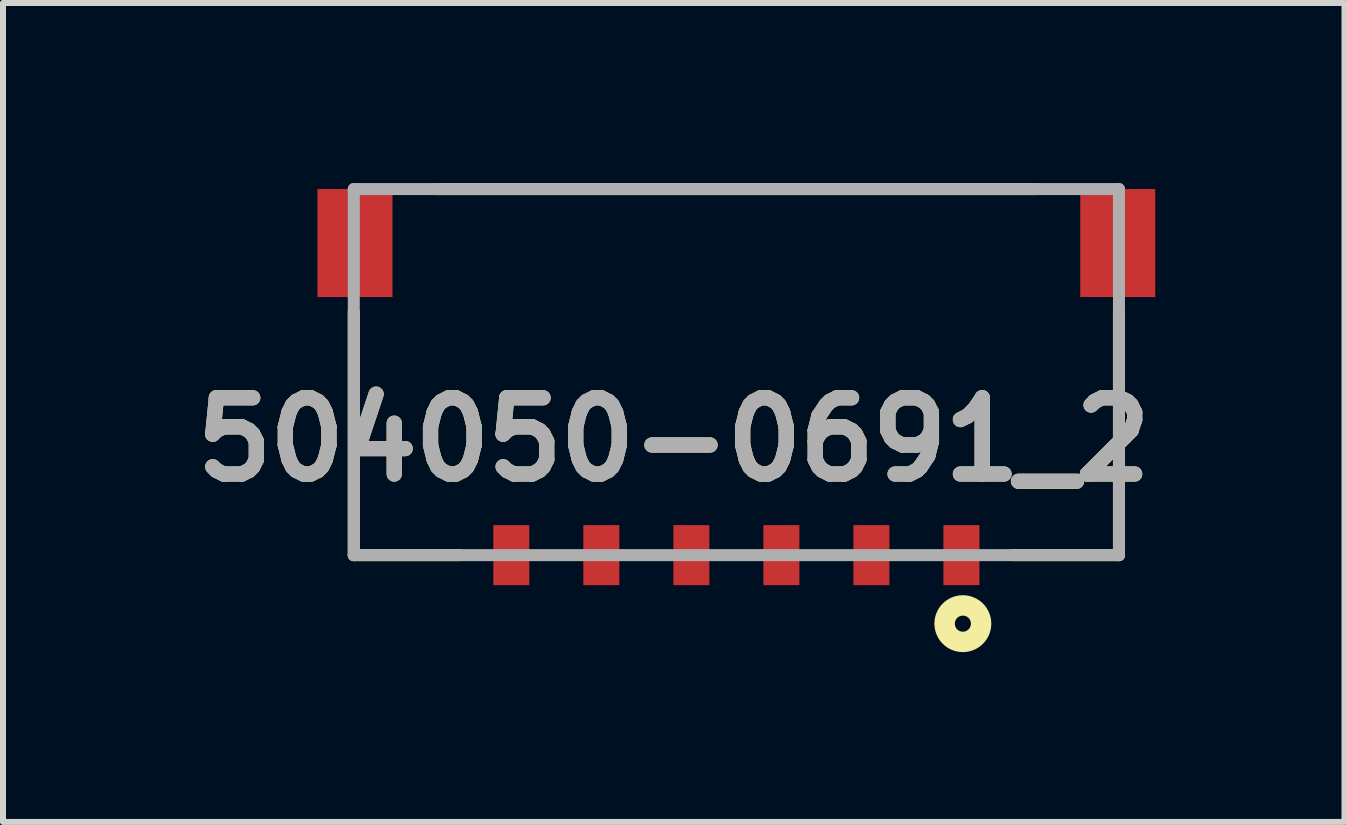
<source format=kicad_pcb>
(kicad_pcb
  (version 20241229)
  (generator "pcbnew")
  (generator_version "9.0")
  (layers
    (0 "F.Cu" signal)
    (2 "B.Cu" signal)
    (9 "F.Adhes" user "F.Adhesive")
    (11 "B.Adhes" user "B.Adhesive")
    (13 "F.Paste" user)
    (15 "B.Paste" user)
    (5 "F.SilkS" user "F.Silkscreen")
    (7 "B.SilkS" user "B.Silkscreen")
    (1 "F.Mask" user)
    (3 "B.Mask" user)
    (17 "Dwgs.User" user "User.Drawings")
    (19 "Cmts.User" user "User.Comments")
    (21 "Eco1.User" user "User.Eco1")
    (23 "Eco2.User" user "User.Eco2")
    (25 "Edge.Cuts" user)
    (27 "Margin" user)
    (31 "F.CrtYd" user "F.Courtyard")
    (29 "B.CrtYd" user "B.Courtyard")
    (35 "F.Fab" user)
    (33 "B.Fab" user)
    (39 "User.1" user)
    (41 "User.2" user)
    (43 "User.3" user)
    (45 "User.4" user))
  (footprint "504050-0691_2"
    (layer "F.Cu")
    (at 9.22 6.2)
    (property "Reference" "504050-0691_2" (at -1.044 -1.926 0) (layer "F.SilkS") (effects (font (size 1.27 1.27) (thickness 0.254))))
    (attr smd)
    (fp_line (start -6.375 0) (end -6.375 -4.054) (stroke (width 0.2) (type solid)) (layer "F.SilkS"))
    (fp_line (start -6.375 0) (end -4.609 0) (stroke (width 0.2) (type solid)) (layer "F.SilkS"))
    (fp_line (start -5 -6.1) (end 5 -6.1) (stroke (width 0.2) (type solid)) (layer "F.SilkS"))
    (fp_line (start 6.375 0) (end 4.609 0) (stroke (width 0.2) (type solid)) (layer "F.SilkS"))
    (fp_line (start 6.375 0) (end 6.375 -4.054) (stroke (width 0.2) (type solid)) (layer "F.SilkS"))
    (fp_circle (center 3.774 1.142) (end 3.774 1.276) (stroke (width 0.34) (type solid)) (fill no) (layer "F.SilkS"))
    (fp_line (start -6.375 -6.1) (end 6.375 -6.1) (stroke (width 0.2) (type solid)) (layer "F.Fab"))
    (fp_line (start -6.375 0) (end -6.375 -6.1) (stroke (width 0.2) (type solid)) (layer "F.Fab"))
    (fp_line (start 6.375 -6.1) (end 6.375 0) (stroke (width 0.2) (type solid)) (layer "F.Fab"))
    (fp_line (start 6.375 0) (end -6.375 0) (stroke (width 0.2) (type solid)) (layer "F.Fab"))
    (fp_text user "${REFERENCE}" (at -1.044 -1.926 0) (layer "F.Fab") (effects (font (size 1.27 1.27) (thickness 0.254))))
    (pad "1" smd rect (at 3.75 0) (size 0.6 1) (layers "F.Cu" "F.Mask" "F.Paste"))
    (pad "2" smd rect (at 2.25 0) (size 0.6 1) (layers "F.Cu" "F.Mask" "F.Paste"))
    (pad "3" smd rect (at 0.75 0) (size 0.6 1) (layers "F.Cu" "F.Mask" "F.Paste"))
    (pad "4" smd rect (at -0.75 0) (size 0.6 1) (layers "F.Cu" "F.Mask" "F.Paste"))
    (pad "5" smd rect (at -2.25 0) (size 0.6 1) (layers "F.Cu" "F.Mask" "F.Paste"))
    (pad "6" smd rect (at -3.75 0) (size 0.6 1) (layers "F.Cu" "F.Mask" "F.Paste"))
    (pad "7" smd rect (at -6.355 -5.2) (size 1.25 1.8) (layers "F.Cu" "F.Mask" "F.Paste"))
    (pad "8" smd rect (at 6.355 -5.2) (size 1.25 1.8) (layers "F.Cu" "F.Mask" "F.Paste")))
  (gr_rect
    (start -3 -3)
    (end 19.353 10.646)
    (stroke (width 0.1) (type default))
    (fill no)
    (layer "Edge.Cuts")))
</source>
